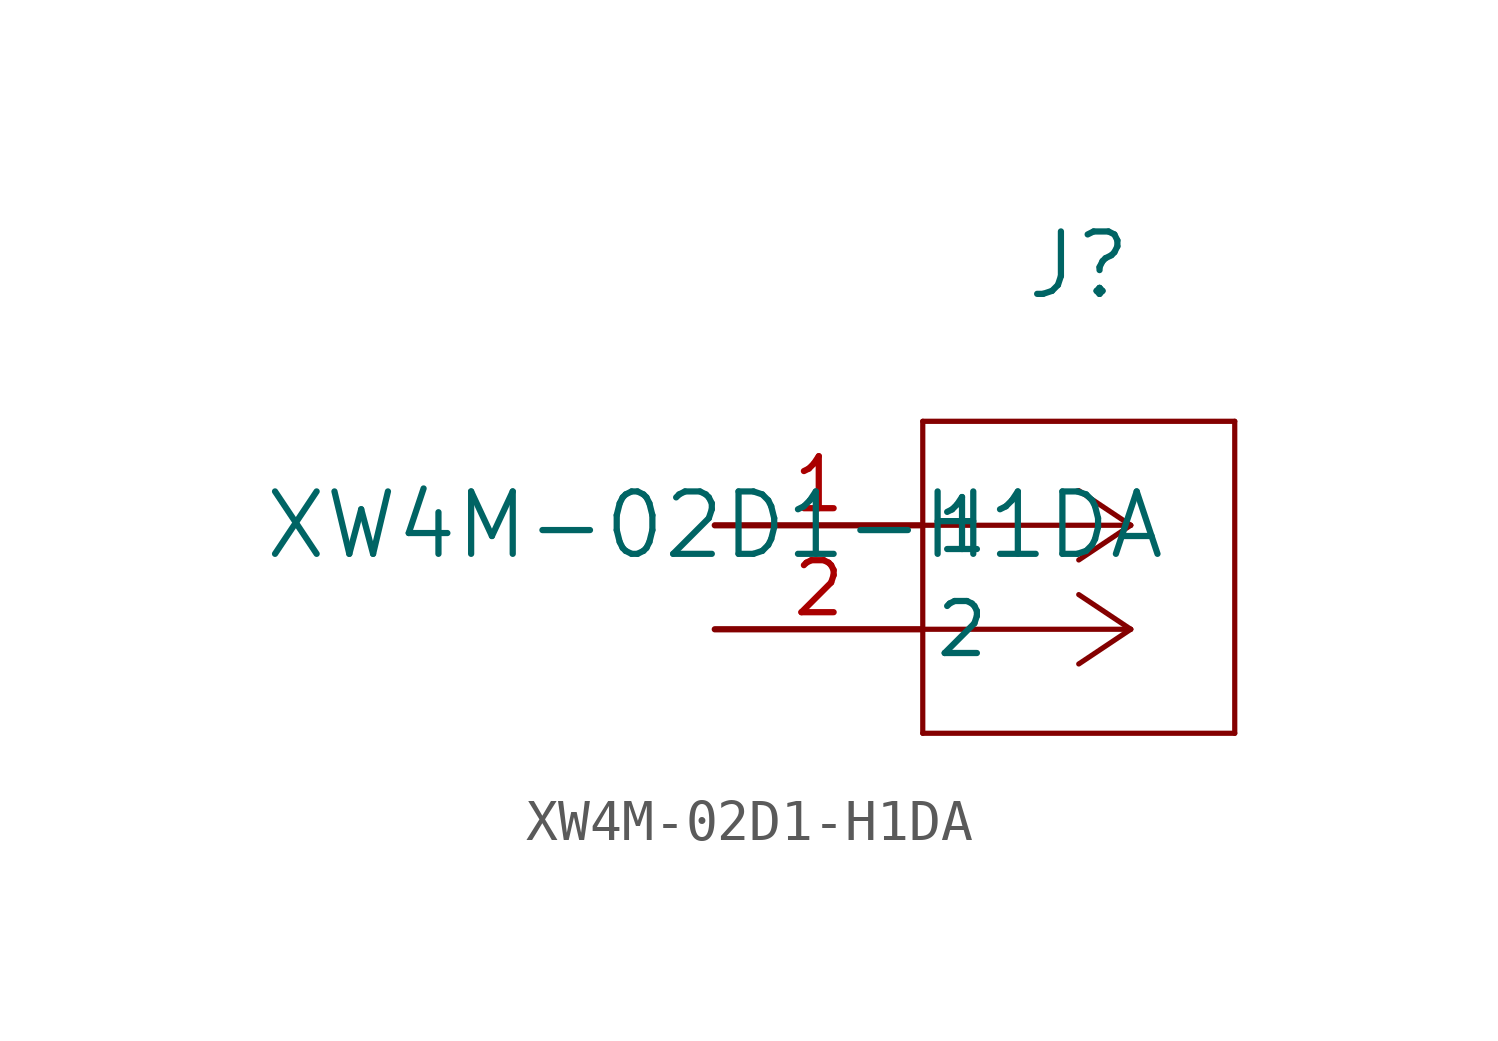
<source format=kicad_sym>
(kicad_symbol_lib
  (version 20211014)
  (generator kicad_symbol_editor)
  (symbol "XW4M-02D1-H1DA"
    (pin_names
      (offset 0.254))
    (property "Reference" "J"
      (at 8.89 6.35 0)
      (effects (font (size 1.524 1.524))))
    (property "Value" "XW4M-02D1-H1DA"
      (at 0 0 0)
      (effects (font (size 1.524 1.524))))
    (symbol "XW4M-02D1-H1DA_0_1"
      (polyline (pts (xy 10.16 0) (xy 5.08 0)) (stroke (width 0.127) (type default) (color 0 0 0 0)) (fill (type none)))
      (polyline (pts (xy 10.16 -2.54) (xy 5.08 -2.54)) (stroke (width 0.127) (type default) (color 0 0 0 0)) (fill (type none)))
      (polyline (pts (xy 10.16 0) (xy 8.89 0.847)) (stroke (width 0.127) (type default) (color 0 0 0 0)) (fill (type none)))
      (polyline (pts (xy 10.16 -2.54) (xy 8.89 -1.693)) (stroke (width 0.127) (type default) (color 0 0 0 0)) (fill (type none)))
      (polyline (pts (xy 10.16 0) (xy 8.89 -0.847)) (stroke (width 0.127) (type default) (color 0 0 0 0)) (fill (type none)))
      (polyline (pts (xy 10.16 -2.54) (xy 8.89 -3.387)) (stroke (width 0.127) (type default) (color 0 0 0 0)) (fill (type none)))
      (polyline (pts (xy 5.08 2.54) (xy 5.08 -5.08)) (stroke (width 0.127) (type default) (color 0 0 0 0)) (fill (type none)))
      (polyline (pts (xy 5.08 -5.08) (xy 12.7 -5.08)) (stroke (width 0.127) (type default) (color 0 0 0 0)) (fill (type none)))
      (polyline (pts (xy 12.7 -5.08) (xy 12.7 2.54)) (stroke (width 0.127) (type default) (color 0 0 0 0)) (fill (type none)))
      (polyline (pts (xy 12.7 2.54) (xy 5.08 2.54)) (stroke (width 0.127) (type default) (color 0 0 0 0)) (fill (type none)))
      (pin unspecified line (at 0 0 0) (length 5.08) (name "1" (effects (font (size 1.27 1.27)))) (number "1" (effects (font (size 1.27 1.27)))))
      (pin unspecified line (at 0 -2.54 0) (length 5.08) (name "2" (effects (font (size 1.27 1.27)))) (number "2" (effects (font (size 1.27 1.27))))))))
</source>
